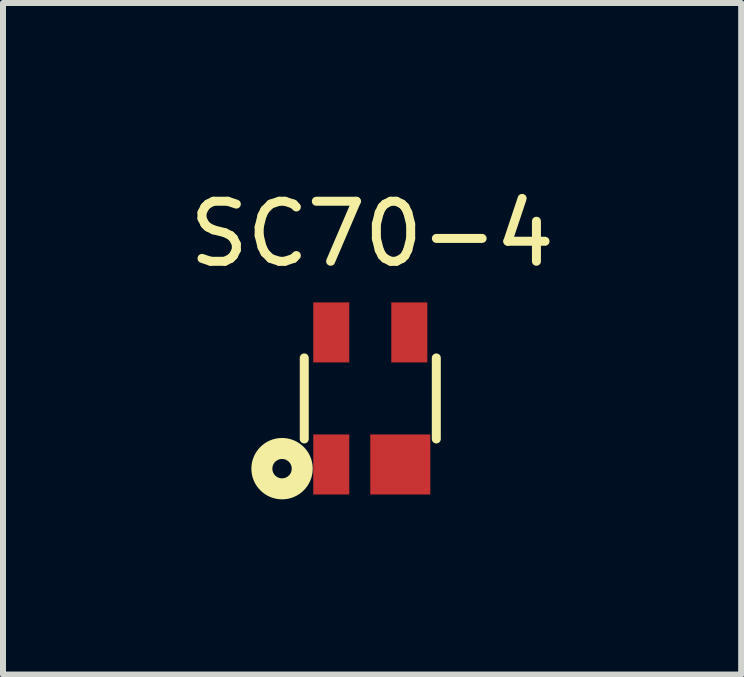
<source format=kicad_pcb>
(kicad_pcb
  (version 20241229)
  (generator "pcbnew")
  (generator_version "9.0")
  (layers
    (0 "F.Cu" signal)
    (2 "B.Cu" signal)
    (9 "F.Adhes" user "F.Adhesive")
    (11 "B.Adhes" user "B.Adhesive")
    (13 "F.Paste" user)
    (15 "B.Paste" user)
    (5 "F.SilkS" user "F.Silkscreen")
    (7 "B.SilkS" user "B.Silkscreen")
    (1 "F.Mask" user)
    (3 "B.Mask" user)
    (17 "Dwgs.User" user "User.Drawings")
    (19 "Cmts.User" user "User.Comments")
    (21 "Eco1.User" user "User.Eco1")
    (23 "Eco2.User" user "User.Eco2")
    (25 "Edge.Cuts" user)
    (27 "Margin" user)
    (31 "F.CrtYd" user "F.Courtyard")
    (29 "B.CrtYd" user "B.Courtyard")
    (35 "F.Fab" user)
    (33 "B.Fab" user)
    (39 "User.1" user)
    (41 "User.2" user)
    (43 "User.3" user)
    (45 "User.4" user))
  (footprint "SC70-4"
    (layer "F.Cu")
    (at 3.119 3.588)
    (property "Reference" "SC70-4" (at 0.03 -2.74 0) (layer "F.SilkS") (effects (font (size 1 1) (thickness 0.15))))
    (attr through_hole)
    (fp_line (start -1.1 0.675) (end -1.1 -0.675) (stroke (width 0.15) (type solid)) (layer "F.SilkS"))
    (fp_line (start 1.1 0.675) (end 1.1 -0.675) (stroke (width 0.15) (type solid)) (layer "F.SilkS"))
    (fp_circle (center -1.47 1.17) (end -1.33 1.25) (stroke (width 0.35) (type solid)) (fill no) (layer "F.SilkS"))
    (pad "1" smd rect (at -0.65 1.1) (size 0.6 1) (layers "F.Cu" "F.Mask" "F.Paste"))
    (pad "2" smd rect (at 0.5 1.1) (size 1 1) (layers "F.Cu" "F.Mask" "F.Paste"))
    (pad "3" smd rect (at 0.65 -1.1) (size 0.6 1) (layers "F.Cu" "F.Mask" "F.Paste"))
    (pad "4" smd rect (at -0.65 -1.1) (size 0.6 1) (layers "F.Cu" "F.Mask" "F.Paste")))
  (gr_rect
    (start -3 -3)
    (end 9.298 8.188)
    (stroke (width 0.1) (type default))
    (fill no)
    (layer "Edge.Cuts")))
</source>
